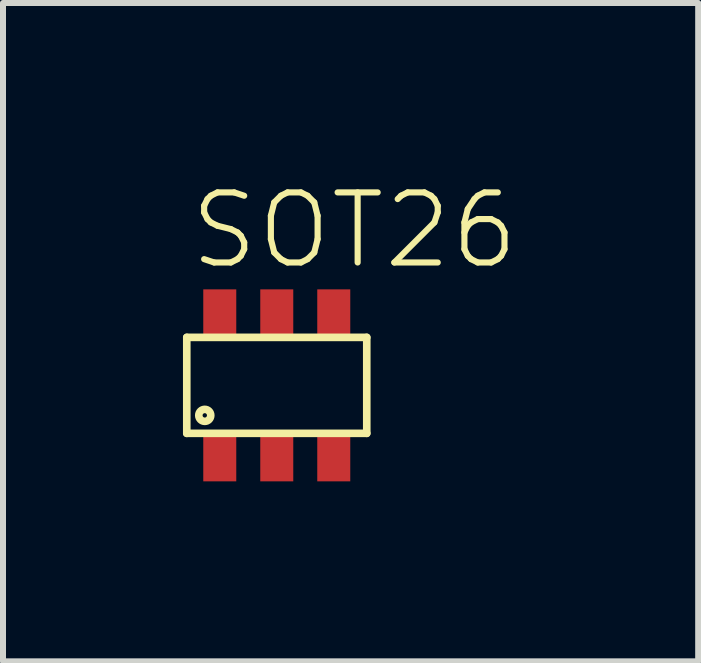
<source format=kicad_pcb>
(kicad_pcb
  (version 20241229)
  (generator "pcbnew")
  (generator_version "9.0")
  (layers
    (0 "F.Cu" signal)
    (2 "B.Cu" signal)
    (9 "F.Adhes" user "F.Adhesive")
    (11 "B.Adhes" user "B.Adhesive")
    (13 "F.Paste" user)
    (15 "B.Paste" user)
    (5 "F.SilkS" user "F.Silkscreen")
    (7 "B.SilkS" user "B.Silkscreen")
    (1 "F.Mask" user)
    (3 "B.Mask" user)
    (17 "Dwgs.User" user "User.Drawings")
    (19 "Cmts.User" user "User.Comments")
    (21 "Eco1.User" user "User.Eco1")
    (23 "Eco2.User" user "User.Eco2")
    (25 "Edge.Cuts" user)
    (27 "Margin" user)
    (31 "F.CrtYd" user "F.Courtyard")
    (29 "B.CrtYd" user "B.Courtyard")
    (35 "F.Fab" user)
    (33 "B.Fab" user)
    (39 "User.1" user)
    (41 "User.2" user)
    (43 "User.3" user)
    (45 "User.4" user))
  (footprint "SOT26"
    (layer "F.Cu")
    (at 1.563 3.373)
    (property "Reference" "SOT26" (at -1.5 -1.9 0) (unlocked yes) (layer "F.SilkS") (effects (font (size 1.168 1.168) (thickness 0.102)) (justify left bottom)))
    (fp_line (start -1.5 -0.8) (end 1.5 -0.8) (stroke (width 0.127) (type solid)) (layer "F.SilkS"))
    (fp_line (start -1.5 0.8) (end -1.5 -0.8) (stroke (width 0.127) (type solid)) (layer "F.SilkS"))
    (fp_line (start 1.5 -0.8) (end 1.5 0.8) (stroke (width 0.127) (type solid)) (layer "F.SilkS"))
    (fp_line (start 1.5 0.8) (end -1.5 0.8) (stroke (width 0.127) (type solid)) (layer "F.SilkS"))
    (fp_circle (center -1.2 0.5) (end -1.1 0.5) (stroke (width 0.127) (type solid)) (fill no) (layer "F.SilkS"))
    (pad "1" smd rect (at -0.95 1.2) (size 0.55 0.8) (layers "F.Cu" "F.Mask" "F.Paste"))
    (pad "2" smd rect (at 0 1.2) (size 0.55 0.8) (layers "F.Cu" "F.Mask" "F.Paste"))
    (pad "3" smd rect (at 0.95 1.2) (size 0.55 0.8) (layers "F.Cu" "F.Mask" "F.Paste"))
    (pad "4" smd rect (at 0.95 -1.2) (size 0.55 0.8) (layers "F.Cu" "F.Mask" "F.Paste"))
    (pad "5" smd rect (at 0 -1.2) (size 0.55 0.8) (layers "F.Cu" "F.Mask" "F.Paste"))
    (pad "6" smd rect (at -0.95 -1.2) (size 0.55 0.8) (layers "F.Cu" "F.Mask" "F.Paste")))
  (gr_rect
    (start -3 -3)
    (end 8.587 7.973)
    (stroke (width 0.1) (type default))
    (fill no)
    (layer "Edge.Cuts")))
</source>
